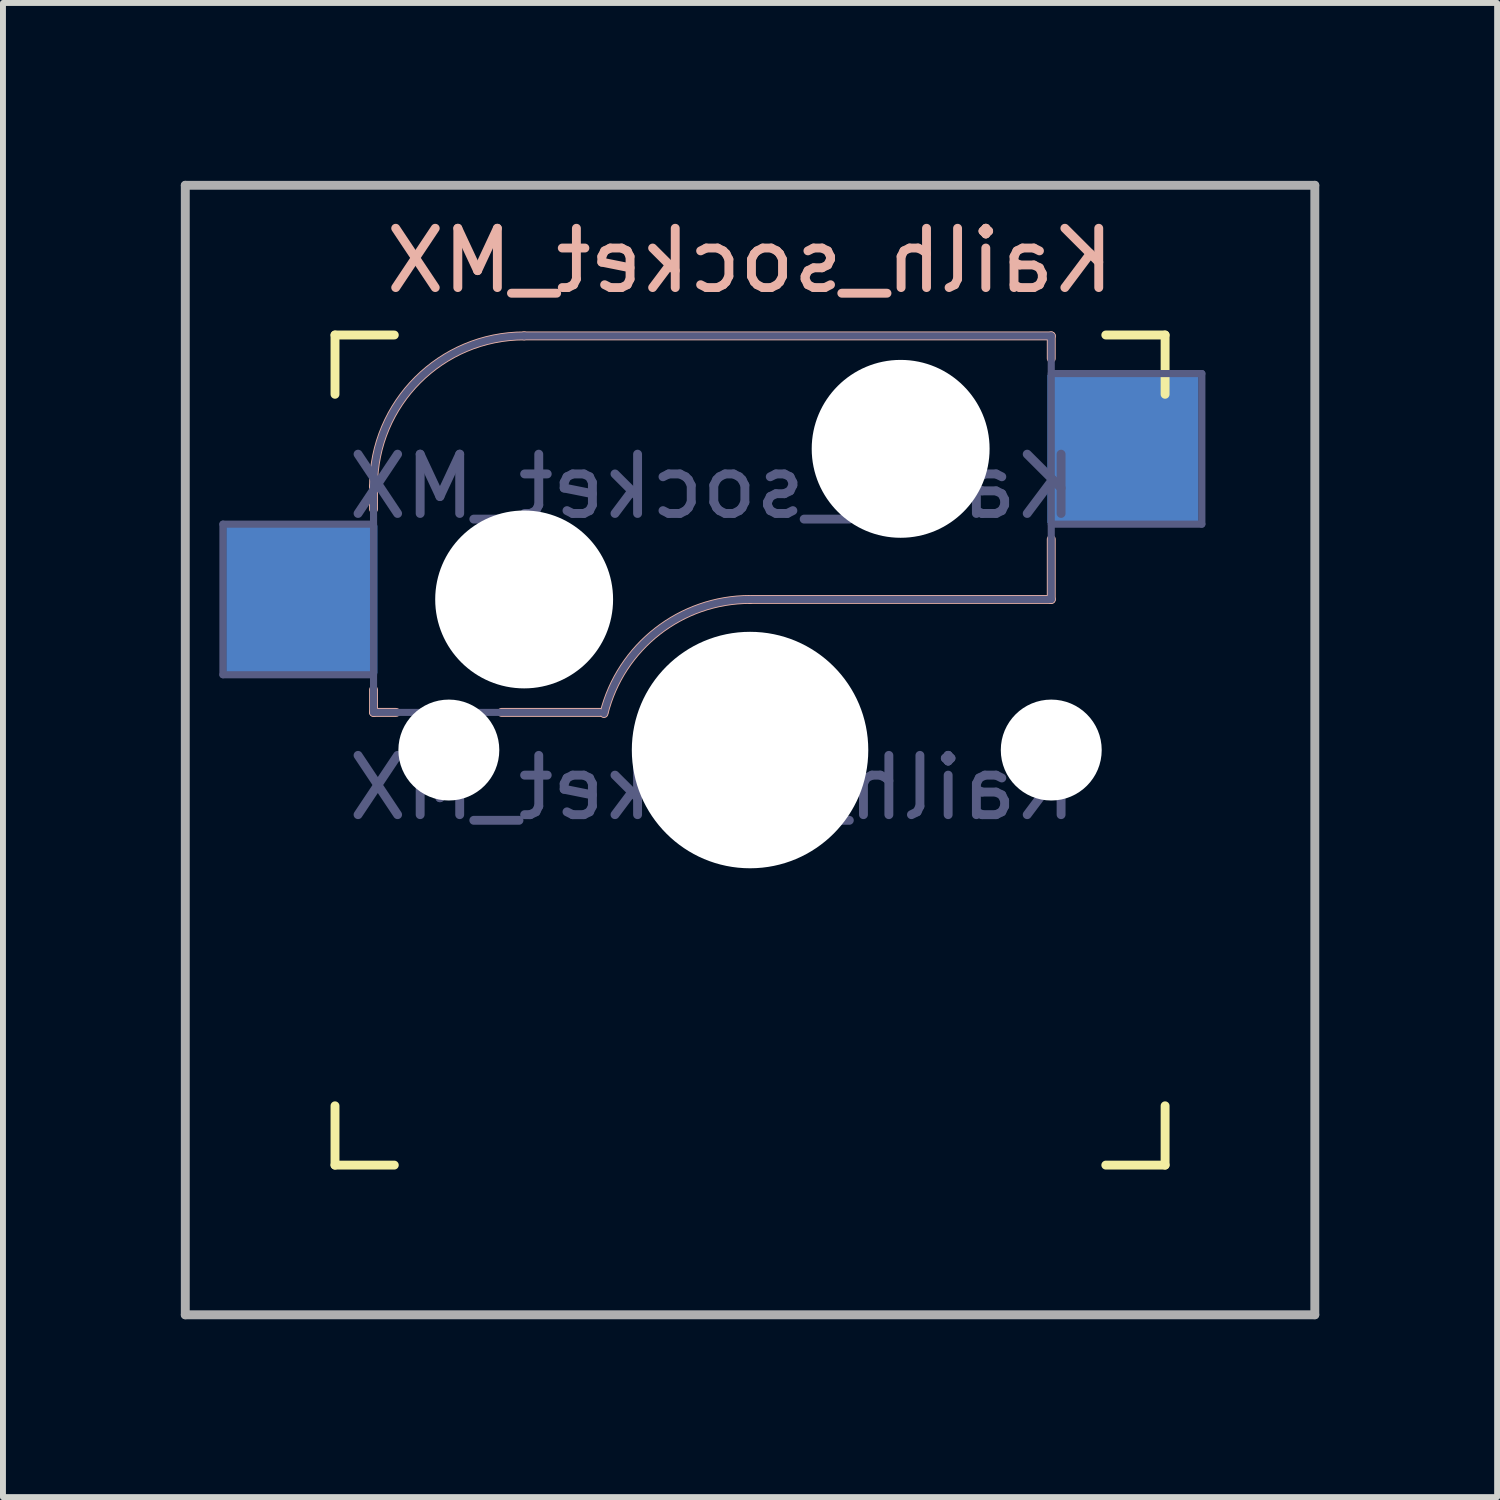
<source format=kicad_pcb>
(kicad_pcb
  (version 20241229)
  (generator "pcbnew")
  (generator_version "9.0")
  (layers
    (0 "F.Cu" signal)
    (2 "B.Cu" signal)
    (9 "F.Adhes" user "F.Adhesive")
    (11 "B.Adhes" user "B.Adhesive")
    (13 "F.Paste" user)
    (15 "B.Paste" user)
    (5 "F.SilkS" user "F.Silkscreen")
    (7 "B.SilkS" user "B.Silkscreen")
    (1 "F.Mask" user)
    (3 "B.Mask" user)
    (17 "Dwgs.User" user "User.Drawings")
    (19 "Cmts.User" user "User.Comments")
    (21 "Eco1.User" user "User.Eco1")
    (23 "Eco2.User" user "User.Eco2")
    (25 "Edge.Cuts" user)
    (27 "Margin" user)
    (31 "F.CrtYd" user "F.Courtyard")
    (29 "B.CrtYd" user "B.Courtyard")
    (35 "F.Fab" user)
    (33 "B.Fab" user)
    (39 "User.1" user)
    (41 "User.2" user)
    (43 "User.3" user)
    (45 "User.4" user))
  (footprint "Kailh_socket_MX"
    (layer "F.Cu")
    (at 9.6 9.6)
    (property "Reference" "Kailh_socket_MX" (at 0 -8.255 0) (layer "B.SilkS") (effects (font (size 1 1) (thickness 0.15)) (justify mirror)))
    (property "Value" "Kailh_socket_MX" (at 0 8.255 0) (layer "F.Fab") (hide yes) (effects (font (size 1 1) (thickness 0.15))))
    (attr smd)
    (fp_line (start -7 -6) (end -7 -7) (stroke (width 0.15) (type solid)) (layer "F.SilkS"))
    (fp_line (start -7 7) (end -7 6) (stroke (width 0.15) (type solid)) (layer "F.SilkS"))
    (fp_line (start -7 7) (end -6 7) (stroke (width 0.15) (type solid)) (layer "F.SilkS"))
    (fp_line (start -6 -7) (end -7 -7) (stroke (width 0.15) (type solid)) (layer "F.SilkS"))
    (fp_line (start 6 7) (end 7 7) (stroke (width 0.15) (type solid)) (layer "F.SilkS"))
    (fp_line (start 7 -7) (end 6 -7) (stroke (width 0.15) (type solid)) (layer "F.SilkS"))
    (fp_line (start 7 -7) (end 7 -6) (stroke (width 0.15) (type solid)) (layer "F.SilkS"))
    (fp_line (start 7 6) (end 7 7) (stroke (width 0.15) (type solid)) (layer "F.SilkS"))
    (fp_line (start -6.35 -4.445) (end -6.35 -4.064) (stroke (width 0.15) (type solid)) (layer "B.SilkS"))
    (fp_line (start -6.35 -1.016) (end -6.35 -0.635) (stroke (width 0.15) (type solid)) (layer "B.SilkS"))
    (fp_line (start -5.969 -0.635) (end -6.35 -0.635) (stroke (width 0.15) (type solid)) (layer "B.SilkS"))
    (fp_line (start -3.81 -6.985) (end 5.08 -6.985) (stroke (width 0.15) (type solid)) (layer "B.SilkS"))
    (fp_line (start -2.464 -0.635) (end -4.191 -0.635) (stroke (width 0.15) (type solid)) (layer "B.SilkS"))
    (fp_line (start 5.08 -6.985) (end 5.08 -6.604) (stroke (width 0.15) (type solid)) (layer "B.SilkS"))
    (fp_line (start 5.08 -3.556) (end 5.08 -2.54) (stroke (width 0.15) (type solid)) (layer "B.SilkS"))
    (fp_line (start 5.08 -2.54) (end 0 -2.54) (stroke (width 0.15) (type solid)) (layer "B.SilkS"))
    (fp_arc (start -6.35 -4.445) (mid -5.606051 -6.241051) (end -3.81 -6.985) (stroke (width 0.15) (type solid)) (layer "B.SilkS"))
    (fp_arc (start -2.464162 -0.61604) (mid -1.563147 -2.002042) (end 0 -2.54) (stroke (width 0.15) (type solid)) (layer "B.SilkS"))
    (fp_line (start -6.9 6.9) (end -6.9 -6.9) (stroke (width 0.15) (type solid)) (layer "Eco2.User"))
    (fp_line (start -6.9 6.9) (end 6.9 6.9) (stroke (width 0.15) (type solid)) (layer "Eco2.User"))
    (fp_line (start 6.9 -6.9) (end -6.9 -6.9) (stroke (width 0.15) (type solid)) (layer "Eco2.User"))
    (fp_line (start 6.9 -6.9) (end 6.9 6.9) (stroke (width 0.15) (type solid)) (layer "Eco2.User"))
    (fp_line (start -8.89 -3.81) (end -6.35 -3.81) (stroke (width 0.12) (type solid)) (layer "B.Fab"))
    (fp_line (start -8.89 -1.27) (end -8.89 -3.81) (stroke (width 0.12) (type solid)) (layer "B.Fab"))
    (fp_line (start -6.35 -1.27) (end -8.89 -1.27) (stroke (width 0.12) (type solid)) (layer "B.Fab"))
    (fp_line (start -6.35 -0.635) (end -6.35 -4.445) (stroke (width 0.12) (type solid)) (layer "B.Fab"))
    (fp_line (start -6.35 -0.635) (end -2.54 -0.635) (stroke (width 0.12) (type solid)) (layer "B.Fab"))
    (fp_line (start -3.81 -6.985) (end 5.08 -6.985) (stroke (width 0.12) (type solid)) (layer "B.Fab"))
    (fp_line (start 5.08 -6.985) (end 5.08 -2.54) (stroke (width 0.12) (type solid)) (layer "B.Fab"))
    (fp_line (start 5.08 -6.35) (end 7.62 -6.35) (stroke (width 0.12) (type solid)) (layer "B.Fab"))
    (fp_line (start 5.08 -2.54) (end 0 -2.54) (stroke (width 0.12) (type solid)) (layer "B.Fab"))
    (fp_line (start 7.62 -6.35) (end 7.62 -3.81) (stroke (width 0.12) (type solid)) (layer "B.Fab"))
    (fp_line (start 7.62 -3.81) (end 5.08 -3.81) (stroke (width 0.12) (type solid)) (layer "B.Fab"))
    (fp_arc (start -6.35 -4.445) (mid -5.606051 -6.241051) (end -3.81 -6.985) (stroke (width 0.12) (type solid)) (layer "B.Fab"))
    (fp_arc (start -2.464162 -0.61604) (mid -1.563147 -2.002042) (end 0 -2.54) (stroke (width 0.12) (type solid)) (layer "B.Fab"))
    (fp_line (start -9.525 -9.525) (end 9.525 -9.525) (stroke (width 0.15) (type solid)) (layer "F.Fab"))
    (fp_line (start -9.525 9.525) (end -9.525 -9.525) (stroke (width 0.15) (type solid)) (layer "F.Fab"))
    (fp_line (start 9.525 -9.525) (end 9.525 9.525) (stroke (width 0.15) (type solid)) (layer "F.Fab"))
    (fp_line (start 9.525 9.525) (end -9.525 9.525) (stroke (width 0.15) (type solid)) (layer "F.Fab"))
    (fp_text user "${REFERENCE}" (at -0.635 -4.445 0) (layer "B.Fab") (effects (font (size 1 1) (thickness 0.15)) (justify mirror)))
    (fp_text user "${VALUE}" (at -0.635 0.635 0) (layer "B.Fab") (effects (font (size 1 1) (thickness 0.15)) (justify mirror)))
    (pad "" np_thru_hole circle (at -5.08 0) (size 1.702 1.702) (drill 1.702) (layers "*.Cu" "*.Mask"))
    (pad "" np_thru_hole circle (at -3.81 -2.54) (size 3 3) (drill 3) (layers "*.Cu" "*.Mask"))
    (pad "" np_thru_hole circle (at 0 0) (size 3.988 3.988) (drill 3.988) (layers "*.Cu" "*.Mask"))
    (pad "" np_thru_hole circle (at 2.54 -5.08) (size 3 3) (drill 3) (layers "*.Cu" "*.Mask"))
    (pad "" np_thru_hole circle (at 5.08 0) (size 1.702 1.702) (drill 1.702) (layers "*.Cu" "*.Mask"))
    (pad "1" smd rect (at 6.29 -5.08) (size 2.55 2.5) (layers "B.Cu" "B.Mask" "B.Paste"))
    (pad "2" smd rect (at -7.56 -2.54) (size 2.55 2.5) (layers "B.Cu" "B.Mask" "B.Paste")))
  (gr_rect
    (start -3 -3)
    (end 22.2 22.2)
    (stroke (width 0.1) (type default))
    (fill no)
    (layer "Edge.Cuts")))
</source>
